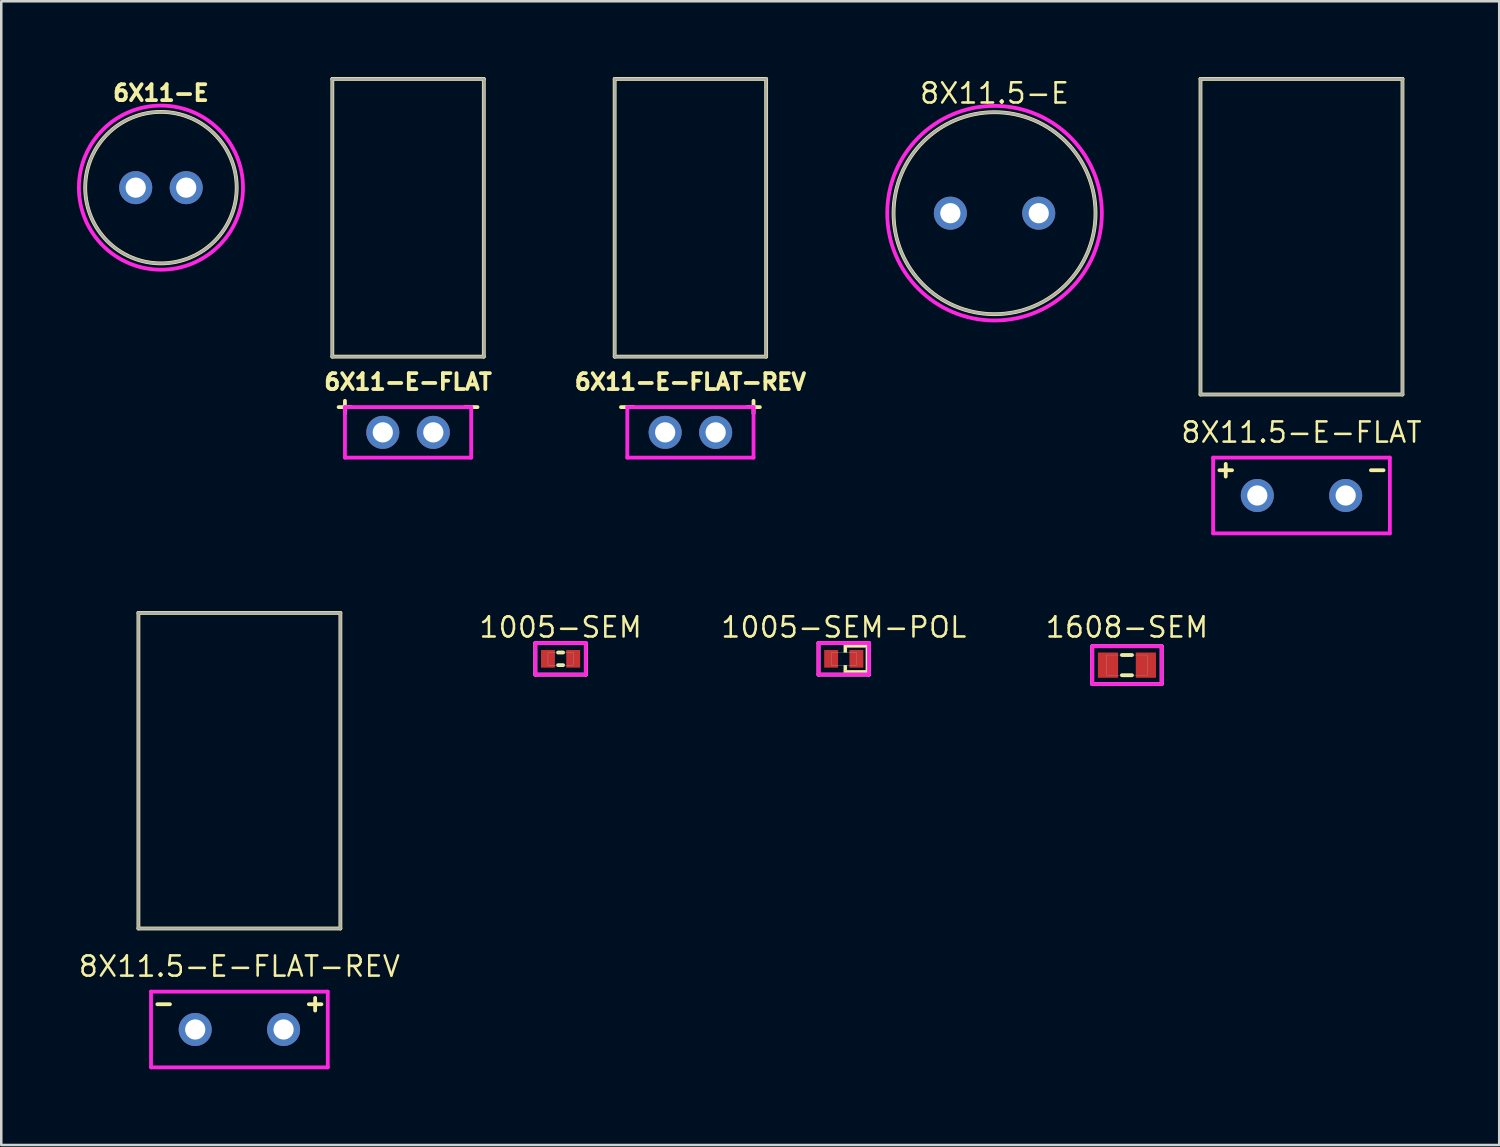
<source format=kicad_pcb>
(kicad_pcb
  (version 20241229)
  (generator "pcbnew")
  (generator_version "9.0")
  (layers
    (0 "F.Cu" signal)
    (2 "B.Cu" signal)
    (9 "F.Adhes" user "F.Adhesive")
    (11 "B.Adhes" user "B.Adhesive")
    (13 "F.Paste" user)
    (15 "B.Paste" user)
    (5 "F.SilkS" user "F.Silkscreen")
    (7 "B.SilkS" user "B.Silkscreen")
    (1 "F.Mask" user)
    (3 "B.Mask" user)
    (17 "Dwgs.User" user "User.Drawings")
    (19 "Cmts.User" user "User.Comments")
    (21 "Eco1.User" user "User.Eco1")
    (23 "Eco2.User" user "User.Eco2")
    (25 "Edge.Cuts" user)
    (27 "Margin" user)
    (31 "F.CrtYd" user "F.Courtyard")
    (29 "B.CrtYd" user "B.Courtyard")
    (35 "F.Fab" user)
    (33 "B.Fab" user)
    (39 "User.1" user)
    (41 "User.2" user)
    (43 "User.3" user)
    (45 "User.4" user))
  (footprint "6X11-E"
    (layer "F.Cu")
    (at 3.325 4.382)
    (property "Reference" "6X11-E" (at 0 -3.75 0) (layer "F.SilkS") (effects (font (size 0.63 0.63) (thickness 0.15))))
    (attr through_hole)
    (fp_circle (center 0 0) (end 3 0) (stroke (width 0.15) (type solid)) (fill no) (layer "F.SilkS"))
    (fp_circle (center 0 0) (end 3.25 0) (stroke (width 0.15) (type solid)) (fill no) (layer "F.CrtYd"))
    (fp_circle (center 0 0) (end 3 0) (stroke (width 0.1) (type solid)) (fill no) (layer "F.Fab"))
    (pad "1" thru_hole circle (at -1 0) (size 1.308 1.308) (drill 0.8) (layers "*.Cu" "*.Mask"))
    (pad "2" thru_hole circle (at 1 0) (size 1.308 1.308) (drill 0.8) (layers "*.Cu" "*.Mask")))
  (footprint "6X11-E-FLAT-REV"
    (layer "F.Cu")
    (at 24.295 14.075)
    (property "Reference" "6X11-E-FLAT-REV" (at 0 -2 0) (layer "F.SilkS") (effects (font (size 0.63 0.63) (thickness 0.15))))
    (attr through_hole)
    (fp_line (start -3 -14) (end -3 -3) (stroke (width 0.15) (type solid)) (layer "F.SilkS"))
    (fp_line (start -3 -3) (end 3 -3) (stroke (width 0.15) (type solid)) (layer "F.SilkS"))
    (fp_line (start -2.75 -1) (end -2.25 -1) (stroke (width 0.15) (type solid)) (layer "F.SilkS"))
    (fp_line (start 2.25 -1) (end 2.75 -1) (stroke (width 0.15) (type solid)) (layer "F.SilkS"))
    (fp_line (start 2.5 -1.25) (end 2.5 -0.75) (stroke (width 0.15) (type solid)) (layer "F.SilkS"))
    (fp_line (start 3 -14) (end -3 -14) (stroke (width 0.15) (type solid)) (layer "F.SilkS"))
    (fp_line (start 3 -3) (end 3 -14) (stroke (width 0.15) (type solid)) (layer "F.SilkS"))
    (fp_line (start -2.5 -1) (end -2.5 1) (stroke (width 0.15) (type solid)) (layer "F.CrtYd"))
    (fp_line (start -2.5 1) (end 2.5 1) (stroke (width 0.15) (type solid)) (layer "F.CrtYd"))
    (fp_line (start 2.5 -1) (end -2.5 -1) (stroke (width 0.15) (type solid)) (layer "F.CrtYd"))
    (fp_line (start 2.5 1) (end 2.5 -1) (stroke (width 0.15) (type solid)) (layer "F.CrtYd"))
    (fp_line (start -3 -14) (end -3 -3) (stroke (width 0.1) (type solid)) (layer "F.Fab"))
    (fp_line (start -3 -3) (end 3 -3) (stroke (width 0.1) (type solid)) (layer "F.Fab"))
    (fp_line (start 3 -14) (end -3 -14) (stroke (width 0.1) (type solid)) (layer "F.Fab"))
    (fp_line (start 3 -3) (end 3 -14) (stroke (width 0.1) (type solid)) (layer "F.Fab"))
    (pad "1" thru_hole circle (at 1 0) (size 1.308 1.308) (drill 0.8) (layers "*.Cu" "*.Mask"))
    (pad "2" thru_hole circle (at -1 0) (size 1.308 1.308) (drill 0.8) (layers "*.Cu" "*.Mask")))
  (footprint "1608-SEM"
    (layer "F.Cu")
    (at 41.585 23.294)
    (property "Reference" "1608-SEM" (at 0 -1.5 0) (layer "F.SilkS") (effects (font (size 0.8 0.8) (thickness 0.1))))
    (attr smd)
    (fp_line (start -1.375 -0.75) (end -1.375 0.75) (stroke (width 0.15) (type solid)) (layer "F.SilkS"))
    (fp_line (start -1.375 0.75) (end 1.375 0.75) (stroke (width 0.15) (type solid)) (layer "F.SilkS"))
    (fp_line (start -0.2 -0.4) (end 0.2 -0.4) (stroke (width 0.15) (type solid)) (layer "F.SilkS"))
    (fp_line (start -0.2 0.4) (end 0.2 0.4) (stroke (width 0.15) (type solid)) (layer "F.SilkS"))
    (fp_line (start 1.375 -0.75) (end -1.375 -0.75) (stroke (width 0.15) (type solid)) (layer "F.SilkS"))
    (fp_line (start 1.375 0.75) (end 1.375 -0.75) (stroke (width 0.15) (type solid)) (layer "F.SilkS"))
    (fp_line (start -1.375 -0.75) (end -1.375 0.75) (stroke (width 0.15) (type solid)) (layer "F.CrtYd"))
    (fp_line (start -1.375 0.75) (end 1.375 0.75) (stroke (width 0.15) (type solid)) (layer "F.CrtYd"))
    (fp_line (start 1.375 -0.75) (end -1.375 -0.75) (stroke (width 0.15) (type solid)) (layer "F.CrtYd"))
    (fp_line (start 1.375 0.75) (end 1.375 -0.75) (stroke (width 0.15) (type solid)) (layer "F.CrtYd"))
    (fp_poly (pts (xy -0.8 -0.4) (xy 0.8 -0.4) (xy 0.8 0.4) (xy -0.8 0.4)) (stroke (width 0.01) (type solid)) (fill no) (layer "F.Fab"))
    (pad "1" smd rect (at -0.75 0) (size 0.8 1) (layers "F.Cu" "F.Mask" "F.Paste"))
    (pad "2" smd rect (at 0.75 0) (size 0.8 1) (layers "F.Cu" "F.Mask" "F.Paste")))
  (footprint "6X11-E-FLAT"
    (layer "F.Cu")
    (at 13.112 14.075)
    (property "Reference" "6X11-E-FLAT" (at 0 -2 0) (layer "F.SilkS") (effects (font (size 0.63 0.63) (thickness 0.15))))
    (attr through_hole)
    (fp_line (start -3 -14) (end -3 -3) (stroke (width 0.15) (type solid)) (layer "F.SilkS"))
    (fp_line (start -3 -3) (end 3 -3) (stroke (width 0.15) (type solid)) (layer "F.SilkS"))
    (fp_line (start -2.75 -1) (end -2.25 -1) (stroke (width 0.15) (type solid)) (layer "F.SilkS"))
    (fp_line (start -2.5 -1.25) (end -2.5 -0.75) (stroke (width 0.15) (type solid)) (layer "F.SilkS"))
    (fp_line (start 2.25 -1) (end 2.75 -1) (stroke (width 0.15) (type solid)) (layer "F.SilkS"))
    (fp_line (start 3 -14) (end -3 -14) (stroke (width 0.15) (type solid)) (layer "F.SilkS"))
    (fp_line (start 3 -3) (end 3 -14) (stroke (width 0.15) (type solid)) (layer "F.SilkS"))
    (fp_line (start -2.5 -1) (end -2.5 1) (stroke (width 0.15) (type solid)) (layer "F.CrtYd"))
    (fp_line (start -2.5 1) (end 2.5 1) (stroke (width 0.15) (type solid)) (layer "F.CrtYd"))
    (fp_line (start 2.5 -1) (end -2.5 -1) (stroke (width 0.15) (type solid)) (layer "F.CrtYd"))
    (fp_line (start 2.5 1) (end 2.5 -1) (stroke (width 0.15) (type solid)) (layer "F.CrtYd"))
    (fp_line (start -3 -14) (end -3 -3) (stroke (width 0.1) (type solid)) (layer "F.Fab"))
    (fp_line (start -3 -3) (end 3 -3) (stroke (width 0.1) (type solid)) (layer "F.Fab"))
    (fp_line (start 3 -14) (end -3 -14) (stroke (width 0.1) (type solid)) (layer "F.Fab"))
    (fp_line (start 3 -3) (end 3 -14) (stroke (width 0.1) (type solid)) (layer "F.Fab"))
    (pad "1" thru_hole circle (at -1 0) (size 1.308 1.308) (drill 0.8) (layers "*.Cu" "*.Mask"))
    (pad "2" thru_hole circle (at 1 0) (size 1.308 1.308) (drill 0.8) (layers "*.Cu" "*.Mask")))
  (footprint "8X11.5-E-FLAT-REV"
    (layer "F.Cu")
    (at 6.432 37.725)
    (property "Reference" "8X11.5-E-FLAT-REV" (at 0 -2.5 0) (layer "F.SilkS") (effects (font (size 0.8 0.8) (thickness 0.1))))
    (attr through_hole)
    (fp_line (start -4 -16.5) (end -4 -4) (stroke (width 0.15) (type solid)) (layer "F.SilkS"))
    (fp_line (start -4 -4) (end 4 -4) (stroke (width 0.15) (type solid)) (layer "F.SilkS"))
    (fp_line (start -3.25 -1) (end -2.75 -1) (stroke (width 0.15) (type solid)) (layer "F.SilkS"))
    (fp_line (start 2.75 -1) (end 3.25 -1) (stroke (width 0.15) (type solid)) (layer "F.SilkS"))
    (fp_line (start 3 -1.25) (end 3 -0.75) (stroke (width 0.15) (type solid)) (layer "F.SilkS"))
    (fp_line (start 4 -16.5) (end -4 -16.5) (stroke (width 0.15) (type solid)) (layer "F.SilkS"))
    (fp_line (start 4 -4) (end 4 -16.5) (stroke (width 0.15) (type solid)) (layer "F.SilkS"))
    (fp_line (start -3.5 -1.5) (end -3.5 1.5) (stroke (width 0.15) (type solid)) (layer "F.CrtYd"))
    (fp_line (start -3.5 1.5) (end 3.5 1.5) (stroke (width 0.15) (type solid)) (layer "F.CrtYd"))
    (fp_line (start 3.5 -1.5) (end -3.5 -1.5) (stroke (width 0.15) (type solid)) (layer "F.CrtYd"))
    (fp_line (start 3.5 1.5) (end 3.5 -1.5) (stroke (width 0.15) (type solid)) (layer "F.CrtYd"))
    (fp_line (start -4 -16.5) (end -4 -4) (stroke (width 0.1) (type solid)) (layer "F.Fab"))
    (fp_line (start -4 -4) (end 4 -4) (stroke (width 0.1) (type solid)) (layer "F.Fab"))
    (fp_line (start 4 -16.5) (end -4 -16.5) (stroke (width 0.1) (type solid)) (layer "F.Fab"))
    (fp_line (start 4 -4) (end 4 -16.5) (stroke (width 0.1) (type solid)) (layer "F.Fab"))
    (pad "1" thru_hole circle (at 1.75 0) (size 1.308 1.308) (drill 0.8) (layers "*.Cu" "*.Mask"))
    (pad "2" thru_hole circle (at -1.75 0) (size 1.308 1.308) (drill 0.8) (layers "*.Cu" "*.Mask")))
  (footprint "8X11.5-E"
    (layer "F.Cu")
    (at 36.341 5.394)
    (property "Reference" "8X11.5-E" (at 0 -4.75 0) (layer "F.SilkS") (effects (font (size 0.8 0.8) (thickness 0.1))))
    (attr through_hole)
    (fp_circle (center 0 0) (end 4 0) (stroke (width 0.15) (type solid)) (fill no) (layer "F.SilkS"))
    (fp_circle (center 0 0) (end 4.25 0) (stroke (width 0.15) (type solid)) (fill no) (layer "F.CrtYd"))
    (fp_circle (center 0 0) (end 4 0) (stroke (width 0.1) (type solid)) (fill no) (layer "F.Fab"))
    (pad "1" thru_hole circle (at -1.75 0) (size 1.308 1.308) (drill 0.8) (layers "*.Cu" "*.Mask"))
    (pad "2" thru_hole circle (at 1.75 0) (size 1.308 1.308) (drill 0.8) (layers "*.Cu" "*.Mask")))
  (footprint "1005-SEM-POL"
    (layer "F.Cu")
    (at 30.369 23.044)
    (property "Reference" "1005-SEM-POL" (at 0 -1.25 0) (layer "F.SilkS") (effects (font (size 0.8 0.8) (thickness 0.1))))
    (attr smd)
    (fp_line (start -1 -0.625) (end -1 0.625) (stroke (width 0.15) (type solid)) (layer "F.SilkS"))
    (fp_line (start -1 0.625) (end 1 0.625) (stroke (width 0.15) (type solid)) (layer "F.SilkS"))
    (fp_line (start 1 -0.625) (end -1 -0.625) (stroke (width 0.15) (type solid)) (layer "F.SilkS"))
    (fp_line (start 1 0.625) (end 1 -0.625) (stroke (width 0.15) (type solid)) (layer "F.SilkS"))
    (fp_poly (pts (xy 0 -0.55) (xy 0.125 -0.55) (xy 0.125 -0.25) (xy 0 -0.25)) (stroke (width 0.01) (type solid)) (fill yes) (layer "F.SilkS"))
    (fp_poly (pts (xy 0 0.25) (xy 0.125 0.25) (xy 0.125 0.45) (xy 0 0.45)) (stroke (width 0.01) (type solid)) (fill yes) (layer "F.SilkS"))
    (fp_poly (pts (xy 0 0.45) (xy 0.875 0.45) (xy 0.875 0.55) (xy 0 0.55)) (stroke (width 0.01) (type solid)) (fill yes) (layer "F.SilkS"))
    (fp_poly (pts (xy 0.125 -0.55) (xy 0.925 -0.55) (xy 0.925 -0.45) (xy 0.125 -0.45)) (stroke (width 0.01) (type solid)) (fill yes) (layer "F.SilkS"))
    (fp_poly (pts (xy 0.875 -0.45) (xy 0.925 -0.45) (xy 0.925 0.55) (xy 0.875 0.55)) (stroke (width 0.01) (type solid)) (fill yes) (layer "F.SilkS"))
    (fp_line (start -1 -0.625) (end -1 0.625) (stroke (width 0.15) (type solid)) (layer "F.CrtYd"))
    (fp_line (start -1 -0.625) (end 1 -0.625) (stroke (width 0.15) (type solid)) (layer "F.CrtYd"))
    (fp_line (start -1 0.625) (end 1 0.625) (stroke (width 0.15) (type solid)) (layer "F.CrtYd"))
    (fp_line (start 1 0.625) (end 1 -0.625) (stroke (width 0.15) (type solid)) (layer "F.CrtYd"))
    (fp_poly (pts (xy -0.5 -0.25) (xy 0.5 -0.25) (xy 0.5 0.25) (xy -0.5 0.25)) (stroke (width 0.01) (type solid)) (fill no) (layer "F.Fab"))
    (pad "1" smd rect (at -0.5 0) (size 0.55 0.7) (layers "F.Cu" "F.Mask" "F.Paste"))
    (pad "2" smd rect (at 0.5 0) (size 0.55 0.7) (layers "F.Cu" "F.Mask" "F.Paste")))
  (footprint "8X11.5-E-FLAT"
    (layer "F.Cu")
    (at 48.498 16.575)
    (property "Reference" "8X11.5-E-FLAT" (at 0 -2.5 0) (layer "F.SilkS") (effects (font (size 0.8 0.8) (thickness 0.1))))
    (attr through_hole)
    (fp_line (start -4 -16.5) (end -4 -4) (stroke (width 0.15) (type solid)) (layer "F.SilkS"))
    (fp_line (start -4 -4) (end 4 -4) (stroke (width 0.15) (type solid)) (layer "F.SilkS"))
    (fp_line (start -3.25 -1) (end -2.75 -1) (stroke (width 0.15) (type solid)) (layer "F.SilkS"))
    (fp_line (start -3 -1.25) (end -3 -0.75) (stroke (width 0.15) (type solid)) (layer "F.SilkS"))
    (fp_line (start 2.75 -1) (end 3.25 -1) (stroke (width 0.15) (type solid)) (layer "F.SilkS"))
    (fp_line (start 4 -16.5) (end -4 -16.5) (stroke (width 0.15) (type solid)) (layer "F.SilkS"))
    (fp_line (start 4 -4) (end 4 -16.5) (stroke (width 0.15) (type solid)) (layer "F.SilkS"))
    (fp_line (start -3.5 -1.5) (end -3.5 1.5) (stroke (width 0.15) (type solid)) (layer "F.CrtYd"))
    (fp_line (start -3.5 1.5) (end 3.5 1.5) (stroke (width 0.15) (type solid)) (layer "F.CrtYd"))
    (fp_line (start 3.5 -1.5) (end -3.5 -1.5) (stroke (width 0.15) (type solid)) (layer "F.CrtYd"))
    (fp_line (start 3.5 1.5) (end 3.5 -1.5) (stroke (width 0.15) (type solid)) (layer "F.CrtYd"))
    (fp_line (start -4 -16.5) (end -4 -4) (stroke (width 0.1) (type solid)) (layer "F.Fab"))
    (fp_line (start -4 -4) (end 4 -4) (stroke (width 0.1) (type solid)) (layer "F.Fab"))
    (fp_line (start 4 -16.5) (end -4 -16.5) (stroke (width 0.1) (type solid)) (layer "F.Fab"))
    (fp_line (start 4 -4) (end 4 -16.5) (stroke (width 0.1) (type solid)) (layer "F.Fab"))
    (pad "1" thru_hole circle (at -1.75 0) (size 1.308 1.308) (drill 0.8) (layers "*.Cu" "*.Mask"))
    (pad "2" thru_hole circle (at 1.75 0) (size 1.308 1.308) (drill 0.8) (layers "*.Cu" "*.Mask")))
  (footprint "1005-SEM"
    (layer "F.Cu")
    (at 19.153 23.044)
    (property "Reference" "1005-SEM" (at 0 -1.25 0) (layer "F.SilkS") (effects (font (size 0.8 0.8) (thickness 0.1))))
    (attr smd)
    (fp_line (start -1 -0.625) (end -1 0.625) (stroke (width 0.15) (type solid)) (layer "F.SilkS"))
    (fp_line (start -1 0.625) (end 1 0.625) (stroke (width 0.15) (type solid)) (layer "F.SilkS"))
    (fp_line (start -0.1 -0.25) (end 0.1 -0.25) (stroke (width 0.15) (type solid)) (layer "F.SilkS"))
    (fp_line (start -0.1 0.25) (end 0.1 0.25) (stroke (width 0.15) (type solid)) (layer "F.SilkS"))
    (fp_line (start 1 -0.625) (end -1 -0.625) (stroke (width 0.15) (type solid)) (layer "F.SilkS"))
    (fp_line (start 1 0.625) (end 1 -0.625) (stroke (width 0.15) (type solid)) (layer "F.SilkS"))
    (fp_line (start -1 -0.625) (end -1 0.625) (stroke (width 0.15) (type solid)) (layer "F.CrtYd"))
    (fp_line (start -1 -0.625) (end 1 -0.625) (stroke (width 0.15) (type solid)) (layer "F.CrtYd"))
    (fp_line (start -1 0.625) (end 1 0.625) (stroke (width 0.15) (type solid)) (layer "F.CrtYd"))
    (fp_line (start 1 0.625) (end 1 -0.625) (stroke (width 0.15) (type solid)) (layer "F.CrtYd"))
    (fp_poly (pts (xy -0.5 -0.25) (xy 0.5 -0.25) (xy 0.5 0.25) (xy -0.5 0.25)) (stroke (width 0.01) (type solid)) (fill no) (layer "F.Fab"))
    (pad "1" smd rect (at -0.5 0) (size 0.55 0.7) (layers "F.Cu" "F.Mask" "F.Paste"))
    (pad "2" smd rect (at 0.5 0) (size 0.55 0.7) (layers "F.Cu" "F.Mask" "F.Paste")))
  (gr_rect
    (start -3 -3)
    (end 56.33 42.3)
    (stroke (width 0.1) (type default))
    (fill no)
    (layer "Edge.Cuts")))
</source>
